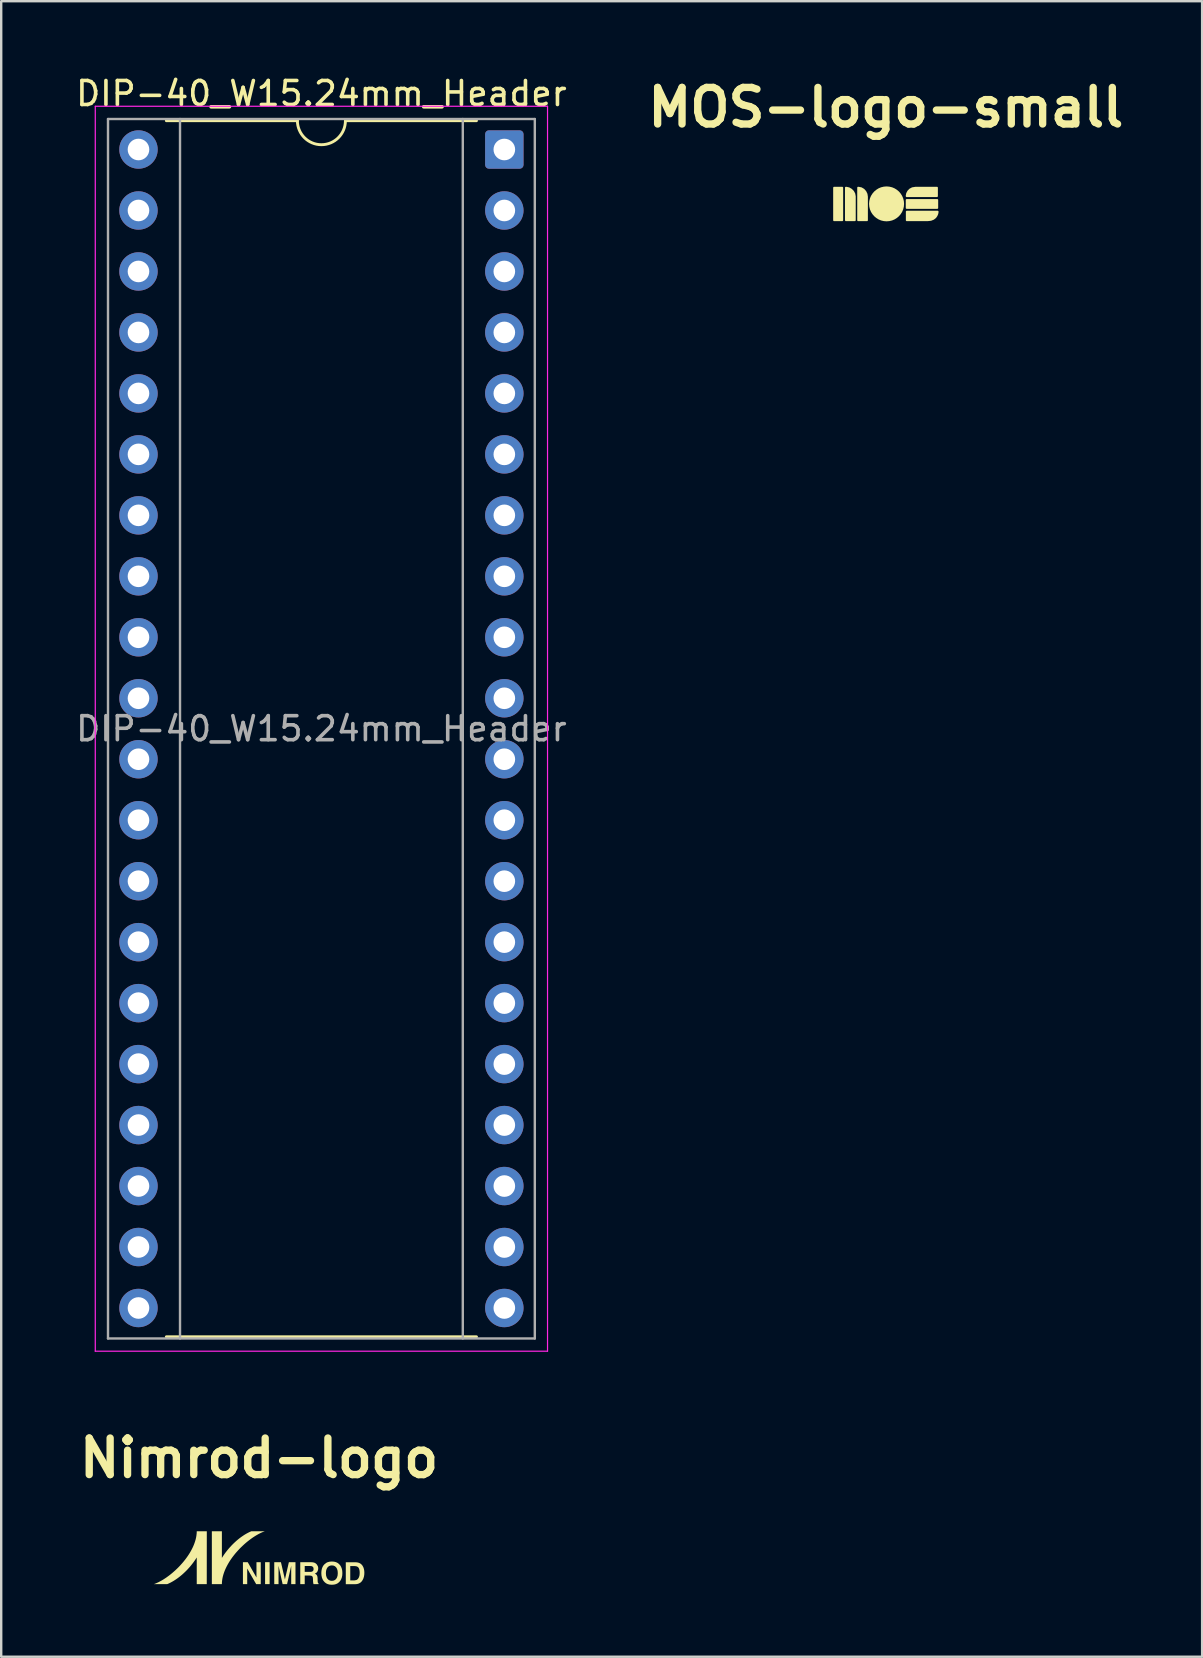
<source format=kicad_pcb>
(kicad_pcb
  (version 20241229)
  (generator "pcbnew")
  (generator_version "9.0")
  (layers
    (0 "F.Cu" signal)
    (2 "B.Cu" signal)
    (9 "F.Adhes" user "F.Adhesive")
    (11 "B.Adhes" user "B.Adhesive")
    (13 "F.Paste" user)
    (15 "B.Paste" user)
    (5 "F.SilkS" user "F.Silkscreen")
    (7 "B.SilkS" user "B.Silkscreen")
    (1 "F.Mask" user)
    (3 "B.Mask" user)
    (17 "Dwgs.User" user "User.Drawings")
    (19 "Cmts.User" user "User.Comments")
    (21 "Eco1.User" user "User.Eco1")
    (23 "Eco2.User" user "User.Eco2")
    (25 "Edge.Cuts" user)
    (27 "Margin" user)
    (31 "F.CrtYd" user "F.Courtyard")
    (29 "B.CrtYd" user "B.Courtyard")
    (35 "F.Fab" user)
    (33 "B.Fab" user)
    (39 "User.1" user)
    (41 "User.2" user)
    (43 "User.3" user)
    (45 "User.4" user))
  (footprint "Nimrod-logo"
    (layer "F.Cu")
    (at 7.743 61.852)
    (property "Reference" "Nimrod-logo" (at 0 -4.163 0) (layer "F.SilkS") (effects (font (size 1.524 1.524) (thickness 0.305))))
    (attr board_only exclude_from_pos_files exclude_from_bom)
    (fp_poly (pts (xy 0.25 0.175) (xy 0.25 1.089) (xy 0.439 1.089) (xy 0.439 0.175) (xy 0.25 0.175)) (stroke (width 0) (type solid)) (fill yes) (layer "F.SilkS"))
    (fp_poly (pts (xy -0.673 1.089) (xy -0.673 0.175) (xy -0.473 0.175) (xy -0.109 0.813) (xy -0.109 0.175) (xy 0.069 0.175) (xy 0.069 1.089) (xy -0.122 1.089) (xy -0.495 0.44) (xy -0.495 1.089) (xy -0.673 1.089)) (stroke (width 0) (type solid)) (fill yes) (layer "F.SilkS"))
    (fp_poly (pts (xy 1.076 0.894) (xy 1.241 0.175) (xy 1.516 0.175) (xy 1.516 1.089) (xy 1.338 1.089) (xy 1.338 0.471) (xy 1.338 0.396) (xy 1.339 0.322) (xy 1.166 1.089) (xy 0.98 1.089) (xy 0.809 0.322) (xy 0.809 0.396) (xy 0.81 0.471) (xy 0.81 1.089) (xy 0.632 1.089) (xy 0.632 0.175) (xy 0.91 0.175) (xy 1.076 0.894)) (stroke (width 0) (type solid)) (fill yes) (layer "F.SilkS"))
    (fp_poly (pts (xy 4.148 0.411) (xy 4.344 0.854) (xy 4.367 0.781) (xy 4.381 0.7) (xy 4.385 0.612) (xy 4.381 0.539) (xy 4.368 0.461) (xy 4.343 0.385) (xy 4.303 0.313) (xy 4.259 0.263) (xy 4.207 0.224) (xy 4.147 0.198) (xy 4.084 0.183) (xy 4.006 0.178) (xy 3.612 0.178) (xy 3.612 1.092) (xy 4.006 1.092) (xy 4.084 1.085) (xy 4.154 1.064) (xy 4.216 1.03) (xy 4.268 0.983) (xy 4.312 0.921) (xy 4.344 0.854) (xy 4.148 0.411) (xy 4.172 0.468) (xy 4.187 0.54) (xy 4.191 0.625) (xy 4.184 0.72) (xy 4.162 0.8) (xy 4.118 0.874) (xy 4.055 0.918) (xy 3.974 0.933) (xy 3.798 0.933) (xy 3.798 0.336) (xy 3.974 0.336) (xy 4.051 0.345) (xy 4.109 0.37) (xy 4.148 0.411)) (stroke (width 0) (type solid)) (fill yes) (layer "F.SilkS"))
    (fp_poly (pts (xy 2.216 0.35) (xy 1.715 0.175) (xy 1.715 1.089) (xy 1.901 1.089) (xy 1.901 0.731) (xy 2.098 0.731) (xy 2.169 0.738) (xy 2.214 0.76) (xy 2.237 0.804) (xy 2.245 0.876) (xy 2.247 0.961) (xy 2.255 1.04) (xy 2.267 1.089) (xy 2.477 1.089) (xy 2.477 1.066) (xy 2.443 1.014) (xy 2.438 0.929) (xy 2.438 0.868) (xy 2.431 0.784) (xy 2.411 0.725) (xy 2.376 0.683) (xy 2.322 0.653) (xy 2.387 0.617) (xy 2.43 0.564) (xy 2.455 0.5) (xy 2.463 0.436) (xy 2.459 0.385) (xy 2.446 0.339) (xy 2.399 0.263) (xy 2.359 0.226) (xy 2.311 0.199) (xy 2.248 0.182) (xy 2.163 0.175) (xy 1.715 0.175) (xy 2.216 0.35) (xy 2.258 0.392) (xy 2.272 0.462) (xy 2.257 0.526) (xy 2.214 0.565) (xy 2.174 0.576) (xy 2.118 0.579) (xy 1.901 0.579) (xy 1.901 0.334) (xy 2.123 0.334) (xy 2.178 0.338) (xy 2.216 0.35)) (stroke (width 0) (type solid)) (fill yes) (layer "F.SilkS"))
    (fp_poly (pts (xy 2.85 0.869) (xy 2.599 0.535) (xy 2.593 0.631) (xy 2.599 0.725) (xy 2.615 0.809) (xy 2.643 0.885) (xy 2.682 0.951) (xy 2.732 1.008) (xy 2.79 1.055) (xy 2.859 1.088) (xy 2.939 1.108) (xy 3.031 1.115) (xy 3.124 1.108) (xy 3.204 1.088) (xy 3.273 1.055) (xy 3.331 1.008) (xy 3.381 0.951) (xy 3.419 0.885) (xy 3.447 0.809) (xy 3.464 0.725) (xy 3.469 0.631) (xy 3.464 0.535) (xy 3.447 0.45) (xy 3.419 0.375) (xy 3.381 0.309) (xy 3.331 0.254) (xy 3.273 0.207) (xy 3.204 0.174) (xy 3.124 0.154) (xy 3.031 0.147) (xy 2.939 0.154) (xy 2.859 0.174) (xy 2.79 0.207) (xy 2.732 0.254) (xy 2.682 0.309) (xy 2.643 0.375) (xy 2.615 0.45) (xy 2.599 0.535) (xy 2.85 0.869) (xy 2.813 0.805) (xy 2.79 0.726) (xy 2.783 0.631) (xy 2.79 0.536) (xy 2.813 0.456) (xy 2.85 0.393) (xy 2.901 0.346) (xy 2.961 0.318) (xy 3.031 0.309) (xy 3.102 0.318) (xy 3.162 0.346) (xy 3.212 0.393) (xy 3.249 0.457) (xy 3.271 0.536) (xy 3.278 0.631) (xy 3.271 0.726) (xy 3.249 0.805) (xy 3.212 0.869) (xy 3.162 0.916) (xy 3.102 0.943) (xy 3.031 0.953) (xy 2.961 0.943) (xy 2.901 0.916) (xy 2.85 0.869)) (stroke (width 0) (type solid)) (fill yes) (layer "F.SilkS"))
    (fp_poly (pts (xy -2.597 -1.114) (xy -2.597 -1.106) (xy -2.6 -1.026) (xy -2.609 -0.945) (xy -2.622 -0.864) (xy -2.64 -0.783) (xy -2.663 -0.702) (xy -2.69 -0.621) (xy -2.721 -0.54) (xy -2.755 -0.46) (xy -2.794 -0.381) (xy -2.835 -0.302) (xy -2.88 -0.224) (xy -2.928 -0.147) (xy -2.979 -0.071) (xy -3.032 0.004) (xy -3.088 0.078) (xy -3.146 0.15) (xy -3.206 0.221) (xy -3.268 0.29) (xy -3.331 0.358) (xy -3.395 0.423) (xy -3.461 0.486) (xy -3.528 0.547) (xy -3.595 0.606) (xy -3.663 0.663) (xy -3.731 0.717) (xy -3.8 0.768) (xy -3.868 0.817) (xy -3.936 0.862) (xy -4.003 0.905) (xy -4.07 0.944) (xy -4.136 0.98) (xy -4.2 1.013) (xy -4.264 1.042) (xy -4.325 1.068) (xy -4.385 1.09) (xy -4.35 1.09) (xy -4.269 1.09) (xy -4.162 1.09) (xy -4.046 1.09) (xy -3.94 1.09) (xy -3.861 1.09) (xy -3.828 1.09) (xy -3.759 1.06) (xy -3.689 1.026) (xy -3.619 0.988) (xy -3.548 0.946) (xy -3.478 0.901) (xy -3.408 0.853) (xy -3.338 0.801) (xy -3.269 0.746) (xy -3.2 0.688) (xy -3.133 0.627) (xy -3.067 0.564) (xy -3.001 0.498) (xy -2.938 0.429) (xy -2.876 0.359) (xy -2.816 0.286) (xy -2.757 0.211) (xy -2.702 0.135) (xy -2.648 0.057) (xy -2.597 -0.022) (xy -2.597 1.089) (xy -2.18 1.089) (xy -2.178 -1.114) (xy -2.597 -1.114)) (stroke (width 0) (type solid)) (fill yes) (layer "F.SilkS"))
    (fp_poly (pts (xy -0.321 -1.114) (xy -0.391 -1.084) (xy -0.46 -1.05) (xy -0.531 -1.012) (xy -0.601 -0.971) (xy -0.671 -0.925) (xy -0.741 -0.877) (xy -0.811 -0.825) (xy -0.88 -0.77) (xy -0.948 -0.712) (xy -1.015 -0.651) (xy -1.081 -0.588) (xy -1.146 -0.522) (xy -1.21 -0.453) (xy -1.272 -0.383) (xy -1.332 -0.31) (xy -1.39 -0.236) (xy -1.446 -0.159) (xy -1.499 -0.081) (xy -1.55 -0.002) (xy -1.55 -1.113) (xy -1.968 -1.113) (xy -1.968 1.09) (xy -1.55 1.09) (xy -1.55 1.082) (xy -1.547 1.001) (xy -1.538 0.921) (xy -1.525 0.84) (xy -1.507 0.759) (xy -1.484 0.678) (xy -1.457 0.597) (xy -1.426 0.516) (xy -1.391 0.436) (xy -1.353 0.357) (xy -1.311 0.278) (xy -1.266 0.2) (xy -1.218 0.122) (xy -1.167 0.046) (xy -1.114 -0.029) (xy -1.058 -0.102) (xy -1 -0.175) (xy -0.94 -0.245) (xy -0.878 -0.314) (xy -0.815 -0.382) (xy -0.75 -0.447) (xy -0.684 -0.51) (xy -0.617 -0.572) (xy -0.55 -0.631) (xy -0.482 -0.687) (xy -0.413 -0.741) (xy -0.345 -0.792) (xy -0.277 -0.841) (xy -0.209 -0.886) (xy -0.141 -0.929) (xy -0.074 -0.968) (xy -0.008 -1.005) (xy 0.056 -1.037) (xy 0.12 -1.067) (xy 0.182 -1.092) (xy 0.242 -1.114) (xy 0.21 -1.114) (xy 0.13 -1.114) (xy 0.02 -1.114) (xy -0.1 -1.114) (xy -0.21 -1.114) (xy -0.29 -1.114) (xy -0.321 -1.114)) (stroke (width 0) (type solid)) (fill yes) (layer "F.SilkS")))
  (footprint "DIP-40_W15.24mm_Header"
    (layer "F.Cu")
    (at 17.959 3.178)
    (property "Reference" "DIP-40_W15.24mm_Header" (at -7.62 -2.33 0) (layer "F.SilkS") (effects (font (size 1 1) (thickness 0.15))))
    (attr through_hole)
    (fp_line (start -14.08 49.46) (end -1.16 49.46) (stroke (width 0.12) (type solid)) (layer "F.SilkS"))
    (fp_line (start -8.62 -1.2) (end -14.08 -1.2) (stroke (width 0.12) (type solid)) (layer "F.SilkS"))
    (fp_line (start -1.16 -1.2) (end -6.62 -1.2) (stroke (width 0.12) (type solid)) (layer "F.SilkS"))
    (fp_arc (start -6.62 -1.2) (mid -7.62 -0.2) (end -8.62 -1.2) (stroke (width 0.12) (type solid)) (layer "F.SilkS"))
    (fp_line (start -17.04 -1.8) (end -17.04 50.06) (stroke (width 0.05) (type solid)) (layer "F.CrtYd"))
    (fp_line (start -17.04 50.06) (end 1.8 50.06) (stroke (width 0.05) (type solid)) (layer "F.CrtYd"))
    (fp_line (start 1.8 -1.8) (end -17.04 -1.8) (stroke (width 0.05) (type solid)) (layer "F.CrtYd"))
    (fp_line (start 1.8 50.06) (end 1.8 -1.8) (stroke (width 0.05) (type solid)) (layer "F.CrtYd"))
    (fp_line (start -16.51 -1.27) (end -16.51 49.53) (stroke (width 0.1) (type solid)) (layer "F.Fab"))
    (fp_line (start -16.51 49.53) (end 1.27 49.53) (stroke (width 0.1) (type solid)) (layer "F.Fab"))
    (fp_line (start -13.51 49.53) (end -13.51 -1.27) (stroke (width 0.1) (type solid)) (layer "F.Fab"))
    (fp_line (start -1.73 -1.27) (end -1.73 49.53) (stroke (width 0.1) (type solid)) (layer "F.Fab"))
    (fp_line (start 1.27 -1.27) (end -16.51 -1.27) (stroke (width 0.1) (type solid)) (layer "F.Fab"))
    (fp_line (start 1.27 49.53) (end 1.27 -1.27) (stroke (width 0.1) (type solid)) (layer "F.Fab"))
    (fp_text user "${REFERENCE}" (at -7.62 24.13 0) (layer "F.Fab") (effects (font (size 1 1) (thickness 0.15))))
    (pad "1" thru_hole roundrect (at 0 0) (size 1.6 1.6) (drill 0.9) (layers "*.Cu" "*.Mask") (roundrect_rratio 0.1))
    (pad "2" thru_hole circle (at 0 2.54) (size 1.6 1.6) (drill 0.9) (layers "*.Cu" "*.Mask"))
    (pad "3" thru_hole circle (at 0 5.08) (size 1.6 1.6) (drill 0.9) (layers "*.Cu" "*.Mask"))
    (pad "4" thru_hole circle (at 0 7.62) (size 1.6 1.6) (drill 0.9) (layers "*.Cu" "*.Mask"))
    (pad "5" thru_hole circle (at 0 10.16) (size 1.6 1.6) (drill 0.9) (layers "*.Cu" "*.Mask"))
    (pad "6" thru_hole circle (at 0 12.7) (size 1.6 1.6) (drill 0.9) (layers "*.Cu" "*.Mask"))
    (pad "7" thru_hole circle (at 0 15.24) (size 1.6 1.6) (drill 0.9) (layers "*.Cu" "*.Mask"))
    (pad "8" thru_hole circle (at 0 17.78) (size 1.6 1.6) (drill 0.9) (layers "*.Cu" "*.Mask"))
    (pad "9" thru_hole circle (at 0 20.32) (size 1.6 1.6) (drill 0.9) (layers "*.Cu" "*.Mask"))
    (pad "10" thru_hole circle (at 0 22.86) (size 1.6 1.6) (drill 0.9) (layers "*.Cu" "*.Mask"))
    (pad "11" thru_hole circle (at 0 25.4) (size 1.6 1.6) (drill 0.9) (layers "*.Cu" "*.Mask"))
    (pad "12" thru_hole circle (at 0 27.94) (size 1.6 1.6) (drill 0.9) (layers "*.Cu" "*.Mask"))
    (pad "13" thru_hole circle (at 0 30.48) (size 1.6 1.6) (drill 0.9) (layers "*.Cu" "*.Mask"))
    (pad "14" thru_hole circle (at 0 33.02) (size 1.6 1.6) (drill 0.9) (layers "*.Cu" "*.Mask"))
    (pad "15" thru_hole circle (at 0 35.56) (size 1.6 1.6) (drill 0.9) (layers "*.Cu" "*.Mask"))
    (pad "16" thru_hole circle (at 0 38.1) (size 1.6 1.6) (drill 0.9) (layers "*.Cu" "*.Mask"))
    (pad "17" thru_hole circle (at 0 40.64) (size 1.6 1.6) (drill 0.9) (layers "*.Cu" "*.Mask"))
    (pad "18" thru_hole circle (at 0 43.18) (size 1.6 1.6) (drill 0.9) (layers "*.Cu" "*.Mask"))
    (pad "19" thru_hole circle (at 0 45.72) (size 1.6 1.6) (drill 0.9) (layers "*.Cu" "*.Mask"))
    (pad "20" thru_hole circle (at 0 48.26) (size 1.6 1.6) (drill 0.9) (layers "*.Cu" "*.Mask"))
    (pad "21" thru_hole circle (at -15.24 48.26) (size 1.6 1.6) (drill 0.9) (layers "*.Cu" "*.Mask"))
    (pad "22" thru_hole circle (at -15.24 45.72) (size 1.6 1.6) (drill 0.9) (layers "*.Cu" "*.Mask"))
    (pad "23" thru_hole circle (at -15.24 43.18) (size 1.6 1.6) (drill 0.9) (layers "*.Cu" "*.Mask"))
    (pad "24" thru_hole circle (at -15.24 40.64) (size 1.6 1.6) (drill 0.9) (layers "*.Cu" "*.Mask"))
    (pad "25" thru_hole circle (at -15.24 38.1) (size 1.6 1.6) (drill 0.9) (layers "*.Cu" "*.Mask"))
    (pad "26" thru_hole circle (at -15.24 35.56) (size 1.6 1.6) (drill 0.9) (layers "*.Cu" "*.Mask"))
    (pad "27" thru_hole circle (at -15.24 33.02) (size 1.6 1.6) (drill 0.9) (layers "*.Cu" "*.Mask"))
    (pad "28" thru_hole circle (at -15.24 30.48) (size 1.6 1.6) (drill 0.9) (layers "*.Cu" "*.Mask"))
    (pad "29" thru_hole circle (at -15.24 27.94) (size 1.6 1.6) (drill 0.9) (layers "*.Cu" "*.Mask"))
    (pad "30" thru_hole circle (at -15.24 25.4) (size 1.6 1.6) (drill 0.9) (layers "*.Cu" "*.Mask"))
    (pad "31" thru_hole circle (at -15.24 22.86) (size 1.6 1.6) (drill 0.9) (layers "*.Cu" "*.Mask"))
    (pad "32" thru_hole circle (at -15.24 20.32) (size 1.6 1.6) (drill 0.9) (layers "*.Cu" "*.Mask"))
    (pad "33" thru_hole circle (at -15.24 17.78) (size 1.6 1.6) (drill 0.9) (layers "*.Cu" "*.Mask"))
    (pad "34" thru_hole circle (at -15.24 15.24) (size 1.6 1.6) (drill 0.9) (layers "*.Cu" "*.Mask"))
    (pad "35" thru_hole circle (at -15.24 12.7) (size 1.6 1.6) (drill 0.9) (layers "*.Cu" "*.Mask"))
    (pad "36" thru_hole circle (at -15.24 10.16) (size 1.6 1.6) (drill 0.9) (layers "*.Cu" "*.Mask"))
    (pad "37" thru_hole circle (at -15.24 7.62) (size 1.6 1.6) (drill 0.9) (layers "*.Cu" "*.Mask"))
    (pad "38" thru_hole circle (at -15.24 5.08) (size 1.6 1.6) (drill 0.9) (layers "*.Cu" "*.Mask"))
    (pad "39" thru_hole circle (at -15.24 2.54) (size 1.6 1.6) (drill 0.9) (layers "*.Cu" "*.Mask"))
    (pad "40" thru_hole circle (at -15.24 0) (size 1.6 1.6) (drill 0.9) (layers "*.Cu" "*.Mask")))
  (footprint "MOS-logo-small"
    (layer "F.Cu")
    (at 33.853 5.443)
    (property "Reference" "MOS-logo-small" (at 0 -4.017 0) (layer "F.SilkS") (effects (font (size 1.524 1.524) (thickness 0.305))))
    (attr board_only exclude_from_pos_files exclude_from_bom)
    (fp_poly (pts (xy -2.17 -0.71) (xy -1.804 -0.71) (xy -1.779 -0.685) (xy -1.779 0.694) (xy -1.804 0.719) (xy -2.17 0.719) (xy -2.195 0.694) (xy -2.195 -0.685) (xy -2.17 -0.71)) (stroke (width 0) (type solid)) (fill yes) (layer "F.SilkS"))
    (fp_poly (pts (xy 0.855 -0.201) (xy 2.154 -0.201) (xy 2.179 -0.176) (xy 2.179 0.181) (xy 2.154 0.207) (xy 0.855 0.207) (xy 0.829 0.181) (xy 0.829 -0.176) (xy 0.855 -0.201)) (stroke (width 0) (type solid)) (fill yes) (layer "F.SilkS"))
    (fp_poly (pts (xy -1.677 -0.712) (xy -1.644 -0.712) (xy -1.523 -0.685) (xy -1.418 -0.624) (xy -1.333 -0.538) (xy -1.277 -0.433) (xy -1.255 -0.316) (xy -1.255 0.693) (xy -1.281 0.719) (xy -1.677 0.719) (xy -1.703 0.693) (xy -1.703 -0.686) (xy -1.677 -0.712)) (stroke (width 0) (type solid)) (fill yes) (layer "F.SilkS"))
    (fp_poly (pts (xy -1.168 -0.712) (xy -1.134 -0.712) (xy -1.008 -0.686) (xy -0.901 -0.621) (xy -0.82 -0.529) (xy -0.767 -0.419) (xy -0.749 -0.302) (xy -0.749 0.694) (xy -0.775 0.72) (xy -1.168 0.72) (xy -1.193 0.694) (xy -1.193 -0.687) (xy -1.168 -0.712)) (stroke (width 0) (type solid)) (fill yes) (layer "F.SilkS"))
    (fp_poly (pts (xy 1.229 -0.711) (xy 2.141 -0.711) (xy 2.167 -0.686) (xy 2.167 -0.31) (xy 2.141 -0.284) (xy 0.854 -0.284) (xy 0.829 -0.31) (xy 0.829 -0.348) (xy 0.849 -0.448) (xy 0.9 -0.545) (xy 0.98 -0.629) (xy 1.09 -0.688) (xy 1.229 -0.711)) (stroke (width 0) (type solid)) (fill yes) (layer "F.SilkS"))
    (fp_poly (pts (xy 0.859 0.287) (xy 2.17 0.287) (xy 2.195 0.313) (xy 2.195 0.344) (xy 2.18 0.423) (xy 2.145 0.507) (xy 2.087 0.588) (xy 2.002 0.656) (xy 1.887 0.703) (xy 1.738 0.72) (xy 0.859 0.72) (xy 0.833 0.694) (xy 0.833 0.313) (xy 0.859 0.287)) (stroke (width 0) (type solid)) (fill yes) (layer "F.SilkS"))
    (fp_poly (pts (xy 0.758 0) (xy 0.749 0.118) (xy 0.721 0.23) (xy 0.677 0.334) (xy 0.617 0.429) (xy 0.545 0.514) (xy 0.46 0.586) (xy 0.364 0.646) (xy 0.26 0.69) (xy 0.147 0.717) (xy 0.029 0.727) (xy -0.089 0.717) (xy -0.201 0.69) (xy -0.306 0.646) (xy -0.401 0.586) (xy -0.486 0.514) (xy -0.559 0.429) (xy -0.619 0.334) (xy -0.663 0.23) (xy -0.69 0.118) (xy -0.7 0) (xy -0.69 -0.118) (xy -0.663 -0.23) (xy -0.619 -0.334) (xy -0.559 -0.429) (xy -0.486 -0.514) (xy -0.401 -0.586) (xy -0.306 -0.646) (xy -0.201 -0.69) (xy -0.089 -0.717) (xy 0.029 -0.727) (xy 0.147 -0.717) (xy 0.26 -0.69) (xy 0.364 -0.646) (xy 0.46 -0.586) (xy 0.545 -0.514) (xy 0.617 -0.429) (xy 0.677 -0.334) (xy 0.721 -0.23) (xy 0.749 -0.118) (xy 0.758 0)) (stroke (width 0) (type solid)) (fill yes) (layer "F.SilkS")))
  (gr_rect
    (start -3 -3)
    (end 47.028 65.967)
    (stroke (width 0.1) (type default))
    (fill no)
    (layer "Edge.Cuts")))
</source>
